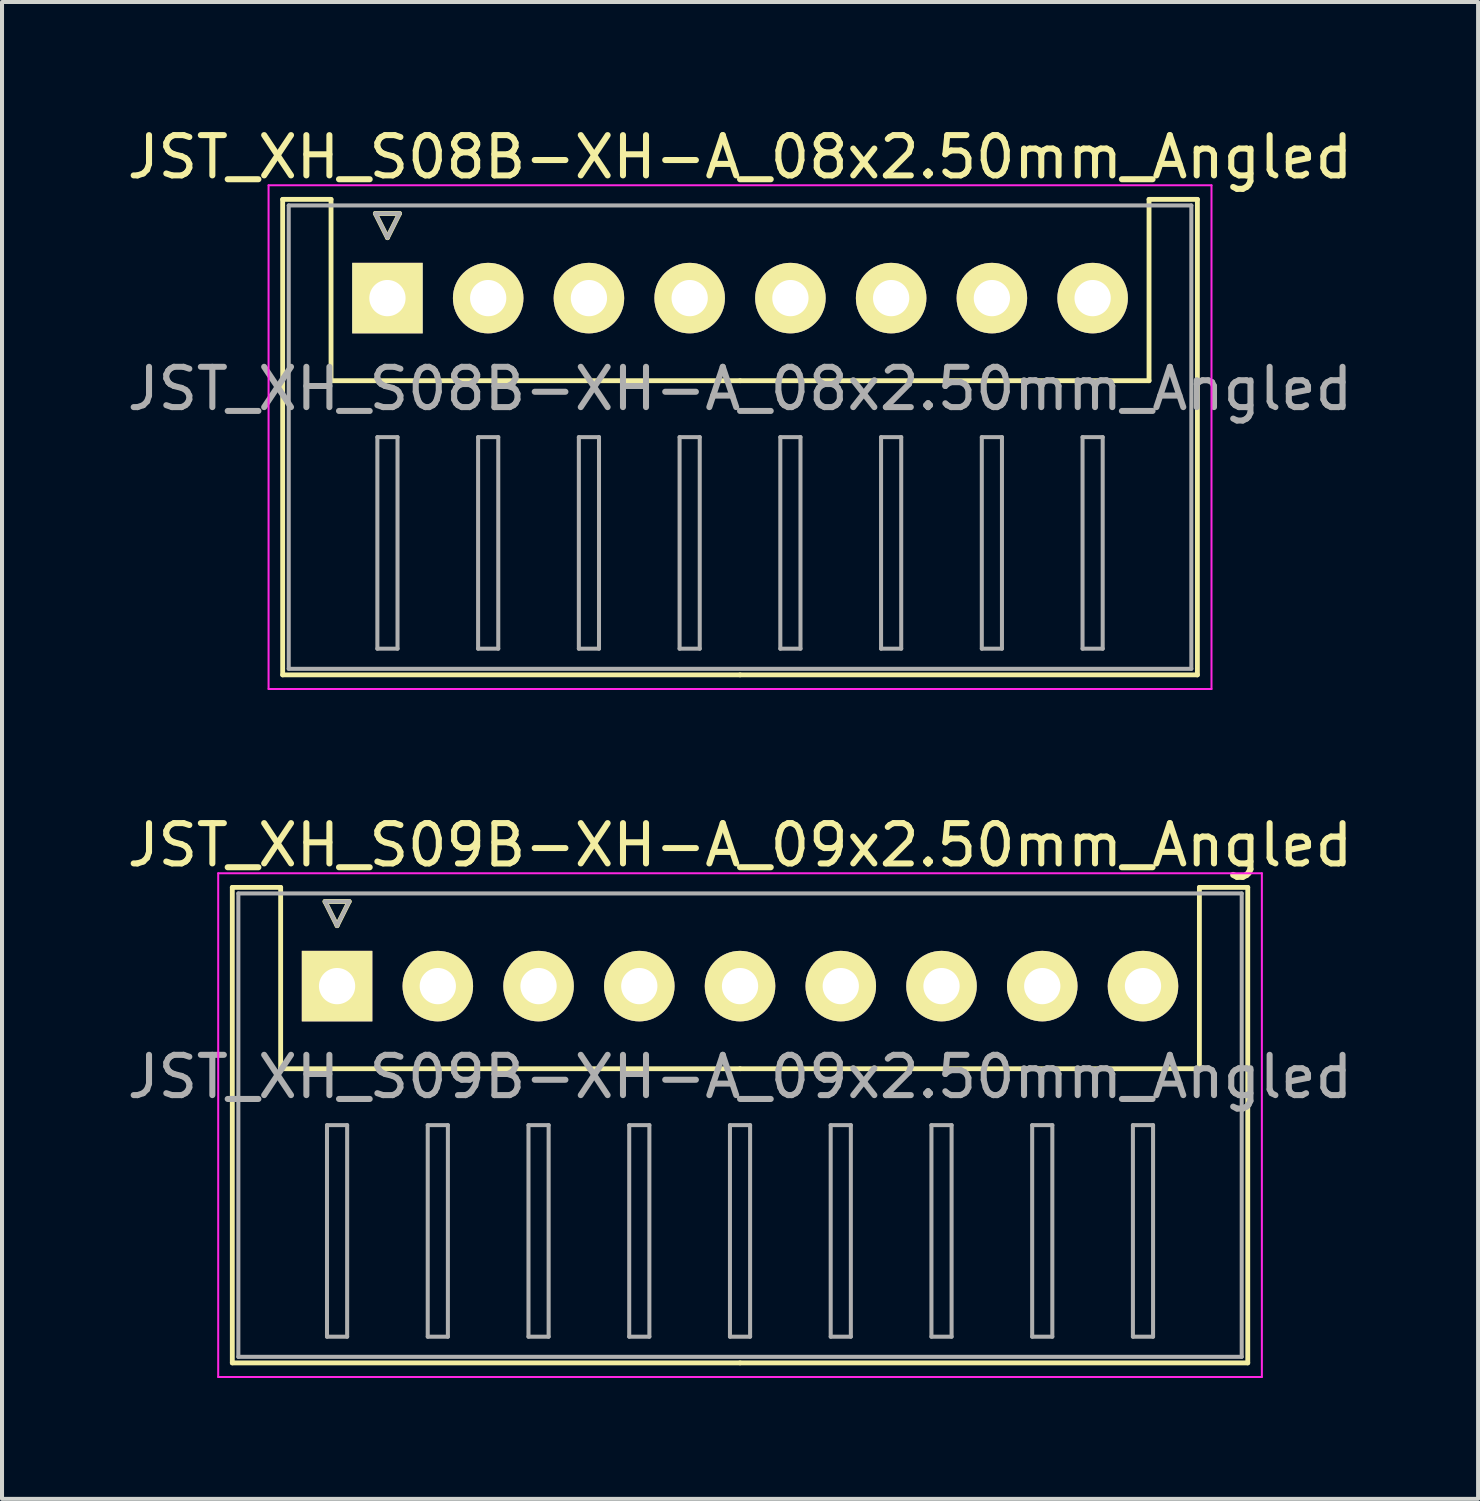
<source format=kicad_pcb>
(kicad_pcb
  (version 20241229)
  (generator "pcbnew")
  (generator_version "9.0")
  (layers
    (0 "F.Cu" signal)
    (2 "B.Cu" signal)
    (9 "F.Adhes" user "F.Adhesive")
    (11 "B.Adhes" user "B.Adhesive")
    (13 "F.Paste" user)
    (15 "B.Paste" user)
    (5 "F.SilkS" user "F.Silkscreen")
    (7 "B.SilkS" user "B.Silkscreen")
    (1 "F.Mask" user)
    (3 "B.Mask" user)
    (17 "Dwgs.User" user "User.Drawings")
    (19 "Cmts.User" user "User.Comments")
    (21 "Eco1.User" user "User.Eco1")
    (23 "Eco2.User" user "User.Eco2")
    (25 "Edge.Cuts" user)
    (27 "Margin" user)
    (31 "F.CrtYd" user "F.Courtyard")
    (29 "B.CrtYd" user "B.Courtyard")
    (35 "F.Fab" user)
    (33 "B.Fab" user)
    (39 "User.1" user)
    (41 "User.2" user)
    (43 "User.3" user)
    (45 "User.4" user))
  (footprint "JST_XH_S09B-XH-A_09x2.50mm_Angled"
    (layer "F.Cu")
    (at 5.315 21.422)
    (property "Reference" "JST_XH_S09B-XH-A_09x2.50mm_Angled" (at 10 -3.5 0) (layer "F.SilkS") (effects (font (size 1 1) (thickness 0.15))))
    (attr through_hole)
    (fp_line (start -2.6 -2.45) (end -1.4 -2.45) (stroke (width 0.12) (type solid)) (layer "F.SilkS"))
    (fp_line (start -2.6 9.35) (end -2.6 -2.45) (stroke (width 0.12) (type solid)) (layer "F.SilkS"))
    (fp_line (start -1.4 -2.45) (end -1.4 2.05) (stroke (width 0.12) (type solid)) (layer "F.SilkS"))
    (fp_line (start -1.4 2.05) (end 10 2.05) (stroke (width 0.12) (type solid)) (layer "F.SilkS"))
    (fp_line (start -0.3 -2.1) (end 0.3 -2.1) (stroke (width 0.12) (type solid)) (layer "F.SilkS"))
    (fp_line (start 0 -1.5) (end -0.3 -2.1) (stroke (width 0.12) (type solid)) (layer "F.SilkS"))
    (fp_line (start 0.3 -2.1) (end 0 -1.5) (stroke (width 0.12) (type solid)) (layer "F.SilkS"))
    (fp_line (start 10 9.35) (end -2.6 9.35) (stroke (width 0.12) (type solid)) (layer "F.SilkS"))
    (fp_line (start 10 9.35) (end 22.6 9.35) (stroke (width 0.12) (type solid)) (layer "F.SilkS"))
    (fp_line (start 21.4 -2.45) (end 21.4 2.05) (stroke (width 0.12) (type solid)) (layer "F.SilkS"))
    (fp_line (start 21.4 2.05) (end 10 2.05) (stroke (width 0.12) (type solid)) (layer "F.SilkS"))
    (fp_line (start 22.6 -2.45) (end 21.4 -2.45) (stroke (width 0.12) (type solid)) (layer "F.SilkS"))
    (fp_line (start 22.6 9.35) (end 22.6 -2.45) (stroke (width 0.12) (type solid)) (layer "F.SilkS"))
    (fp_line (start -2.95 -2.8) (end -2.95 9.7) (stroke (width 0.05) (type solid)) (layer "F.CrtYd"))
    (fp_line (start -2.95 9.7) (end 22.95 9.7) (stroke (width 0.05) (type solid)) (layer "F.CrtYd"))
    (fp_line (start 22.95 -2.8) (end -2.95 -2.8) (stroke (width 0.05) (type solid)) (layer "F.CrtYd"))
    (fp_line (start 22.95 9.7) (end 22.95 -2.8) (stroke (width 0.05) (type solid)) (layer "F.CrtYd"))
    (fp_line (start -2.45 -2.3) (end -2.45 9.2) (stroke (width 0.1) (type solid)) (layer "F.Fab"))
    (fp_line (start -2.45 9.2) (end 22.45 9.2) (stroke (width 0.1) (type solid)) (layer "F.Fab"))
    (fp_line (start -0.3 -2.1) (end 0.3 -2.1) (stroke (width 0.1) (type solid)) (layer "F.Fab"))
    (fp_line (start -0.25 3.45) (end -0.25 8.7) (stroke (width 0.1) (type solid)) (layer "F.Fab"))
    (fp_line (start -0.25 8.7) (end 0.25 8.7) (stroke (width 0.1) (type solid)) (layer "F.Fab"))
    (fp_line (start 0 -1.5) (end -0.3 -2.1) (stroke (width 0.1) (type solid)) (layer "F.Fab"))
    (fp_line (start 0.25 3.45) (end -0.25 3.45) (stroke (width 0.1) (type solid)) (layer "F.Fab"))
    (fp_line (start 0.25 8.7) (end 0.25 3.45) (stroke (width 0.1) (type solid)) (layer "F.Fab"))
    (fp_line (start 0.3 -2.1) (end 0 -1.5) (stroke (width 0.1) (type solid)) (layer "F.Fab"))
    (fp_line (start 2.25 3.45) (end 2.25 8.7) (stroke (width 0.1) (type solid)) (layer "F.Fab"))
    (fp_line (start 2.25 8.7) (end 2.75 8.7) (stroke (width 0.1) (type solid)) (layer "F.Fab"))
    (fp_line (start 2.75 3.45) (end 2.25 3.45) (stroke (width 0.1) (type solid)) (layer "F.Fab"))
    (fp_line (start 2.75 8.7) (end 2.75 3.45) (stroke (width 0.1) (type solid)) (layer "F.Fab"))
    (fp_line (start 4.75 3.45) (end 4.75 8.7) (stroke (width 0.1) (type solid)) (layer "F.Fab"))
    (fp_line (start 4.75 8.7) (end 5.25 8.7) (stroke (width 0.1) (type solid)) (layer "F.Fab"))
    (fp_line (start 5.25 3.45) (end 4.75 3.45) (stroke (width 0.1) (type solid)) (layer "F.Fab"))
    (fp_line (start 5.25 8.7) (end 5.25 3.45) (stroke (width 0.1) (type solid)) (layer "F.Fab"))
    (fp_line (start 7.25 3.45) (end 7.25 8.7) (stroke (width 0.1) (type solid)) (layer "F.Fab"))
    (fp_line (start 7.25 8.7) (end 7.75 8.7) (stroke (width 0.1) (type solid)) (layer "F.Fab"))
    (fp_line (start 7.75 3.45) (end 7.25 3.45) (stroke (width 0.1) (type solid)) (layer "F.Fab"))
    (fp_line (start 7.75 8.7) (end 7.75 3.45) (stroke (width 0.1) (type solid)) (layer "F.Fab"))
    (fp_line (start 9.75 3.45) (end 9.75 8.7) (stroke (width 0.1) (type solid)) (layer "F.Fab"))
    (fp_line (start 9.75 8.7) (end 10.25 8.7) (stroke (width 0.1) (type solid)) (layer "F.Fab"))
    (fp_line (start 10.25 3.45) (end 9.75 3.45) (stroke (width 0.1) (type solid)) (layer "F.Fab"))
    (fp_line (start 10.25 8.7) (end 10.25 3.45) (stroke (width 0.1) (type solid)) (layer "F.Fab"))
    (fp_line (start 12.25 3.45) (end 12.25 8.7) (stroke (width 0.1) (type solid)) (layer "F.Fab"))
    (fp_line (start 12.25 8.7) (end 12.75 8.7) (stroke (width 0.1) (type solid)) (layer "F.Fab"))
    (fp_line (start 12.75 3.45) (end 12.25 3.45) (stroke (width 0.1) (type solid)) (layer "F.Fab"))
    (fp_line (start 12.75 8.7) (end 12.75 3.45) (stroke (width 0.1) (type solid)) (layer "F.Fab"))
    (fp_line (start 14.75 3.45) (end 14.75 8.7) (stroke (width 0.1) (type solid)) (layer "F.Fab"))
    (fp_line (start 14.75 8.7) (end 15.25 8.7) (stroke (width 0.1) (type solid)) (layer "F.Fab"))
    (fp_line (start 15.25 3.45) (end 14.75 3.45) (stroke (width 0.1) (type solid)) (layer "F.Fab"))
    (fp_line (start 15.25 8.7) (end 15.25 3.45) (stroke (width 0.1) (type solid)) (layer "F.Fab"))
    (fp_line (start 17.25 3.45) (end 17.25 8.7) (stroke (width 0.1) (type solid)) (layer "F.Fab"))
    (fp_line (start 17.25 8.7) (end 17.75 8.7) (stroke (width 0.1) (type solid)) (layer "F.Fab"))
    (fp_line (start 17.75 3.45) (end 17.25 3.45) (stroke (width 0.1) (type solid)) (layer "F.Fab"))
    (fp_line (start 17.75 8.7) (end 17.75 3.45) (stroke (width 0.1) (type solid)) (layer "F.Fab"))
    (fp_line (start 19.75 3.45) (end 19.75 8.7) (stroke (width 0.1) (type solid)) (layer "F.Fab"))
    (fp_line (start 19.75 8.7) (end 20.25 8.7) (stroke (width 0.1) (type solid)) (layer "F.Fab"))
    (fp_line (start 20.25 3.45) (end 19.75 3.45) (stroke (width 0.1) (type solid)) (layer "F.Fab"))
    (fp_line (start 20.25 8.7) (end 20.25 3.45) (stroke (width 0.1) (type solid)) (layer "F.Fab"))
    (fp_line (start 22.45 -2.3) (end -2.45 -2.3) (stroke (width 0.1) (type solid)) (layer "F.Fab"))
    (fp_line (start 22.45 9.2) (end 22.45 -2.3) (stroke (width 0.1) (type solid)) (layer "F.Fab"))
    (fp_text user "${REFERENCE}" (at 10 2.25 0) (layer "F.Fab") (effects (font (size 1 1) (thickness 0.15))))
    (pad "1" thru_hole rect (at 0 0) (size 1.75 1.75) (drill 0.9) (layers "*.Cu" "*.Mask" "F.SilkS"))
    (pad "2" thru_hole circle (at 2.5 0) (size 1.75 1.75) (drill 0.9) (layers "*.Cu" "*.Mask" "F.SilkS"))
    (pad "3" thru_hole circle (at 5 0) (size 1.75 1.75) (drill 0.9) (layers "*.Cu" "*.Mask" "F.SilkS"))
    (pad "4" thru_hole circle (at 7.5 0) (size 1.75 1.75) (drill 0.9) (layers "*.Cu" "*.Mask" "F.SilkS"))
    (pad "5" thru_hole circle (at 10 0) (size 1.75 1.75) (drill 0.9) (layers "*.Cu" "*.Mask" "F.SilkS"))
    (pad "6" thru_hole circle (at 12.5 0) (size 1.75 1.75) (drill 0.9) (layers "*.Cu" "*.Mask" "F.SilkS"))
    (pad "7" thru_hole circle (at 15 0) (size 1.75 1.75) (drill 0.9) (layers "*.Cu" "*.Mask" "F.SilkS"))
    (pad "8" thru_hole circle (at 17.5 0) (size 1.75 1.75) (drill 0.9) (layers "*.Cu" "*.Mask" "F.SilkS"))
    (pad "9" thru_hole circle (at 20 0) (size 1.75 1.75) (drill 0.9) (layers "*.Cu" "*.Mask" "F.SilkS")))
  (footprint "JST_XH_S08B-XH-A_08x2.50mm_Angled"
    (layer "F.Cu")
    (at 6.565 4.348)
    (property "Reference" "JST_XH_S08B-XH-A_08x2.50mm_Angled" (at 8.75 -3.5 0) (layer "F.SilkS") (effects (font (size 1 1) (thickness 0.15))))
    (attr through_hole)
    (fp_line (start -2.6 -2.45) (end -1.4 -2.45) (stroke (width 0.12) (type solid)) (layer "F.SilkS"))
    (fp_line (start -2.6 9.35) (end -2.6 -2.45) (stroke (width 0.12) (type solid)) (layer "F.SilkS"))
    (fp_line (start -1.4 -2.45) (end -1.4 2.05) (stroke (width 0.12) (type solid)) (layer "F.SilkS"))
    (fp_line (start -1.4 2.05) (end 8.75 2.05) (stroke (width 0.12) (type solid)) (layer "F.SilkS"))
    (fp_line (start -0.3 -2.1) (end 0.3 -2.1) (stroke (width 0.12) (type solid)) (layer "F.SilkS"))
    (fp_line (start 0 -1.5) (end -0.3 -2.1) (stroke (width 0.12) (type solid)) (layer "F.SilkS"))
    (fp_line (start 0.3 -2.1) (end 0 -1.5) (stroke (width 0.12) (type solid)) (layer "F.SilkS"))
    (fp_line (start 8.75 9.35) (end -2.6 9.35) (stroke (width 0.12) (type solid)) (layer "F.SilkS"))
    (fp_line (start 8.75 9.35) (end 20.1 9.35) (stroke (width 0.12) (type solid)) (layer "F.SilkS"))
    (fp_line (start 18.9 -2.45) (end 18.9 2.05) (stroke (width 0.12) (type solid)) (layer "F.SilkS"))
    (fp_line (start 18.9 2.05) (end 8.75 2.05) (stroke (width 0.12) (type solid)) (layer "F.SilkS"))
    (fp_line (start 20.1 -2.45) (end 18.9 -2.45) (stroke (width 0.12) (type solid)) (layer "F.SilkS"))
    (fp_line (start 20.1 9.35) (end 20.1 -2.45) (stroke (width 0.12) (type solid)) (layer "F.SilkS"))
    (fp_line (start -2.95 -2.8) (end -2.95 9.7) (stroke (width 0.05) (type solid)) (layer "F.CrtYd"))
    (fp_line (start -2.95 9.7) (end 20.45 9.7) (stroke (width 0.05) (type solid)) (layer "F.CrtYd"))
    (fp_line (start 20.45 -2.8) (end -2.95 -2.8) (stroke (width 0.05) (type solid)) (layer "F.CrtYd"))
    (fp_line (start 20.45 9.7) (end 20.45 -2.8) (stroke (width 0.05) (type solid)) (layer "F.CrtYd"))
    (fp_line (start -2.45 -2.3) (end -2.45 9.2) (stroke (width 0.1) (type solid)) (layer "F.Fab"))
    (fp_line (start -2.45 9.2) (end 19.95 9.2) (stroke (width 0.1) (type solid)) (layer "F.Fab"))
    (fp_line (start -0.3 -2.1) (end 0.3 -2.1) (stroke (width 0.1) (type solid)) (layer "F.Fab"))
    (fp_line (start -0.25 3.45) (end -0.25 8.7) (stroke (width 0.1) (type solid)) (layer "F.Fab"))
    (fp_line (start -0.25 8.7) (end 0.25 8.7) (stroke (width 0.1) (type solid)) (layer "F.Fab"))
    (fp_line (start 0 -1.5) (end -0.3 -2.1) (stroke (width 0.1) (type solid)) (layer "F.Fab"))
    (fp_line (start 0.25 3.45) (end -0.25 3.45) (stroke (width 0.1) (type solid)) (layer "F.Fab"))
    (fp_line (start 0.25 8.7) (end 0.25 3.45) (stroke (width 0.1) (type solid)) (layer "F.Fab"))
    (fp_line (start 0.3 -2.1) (end 0 -1.5) (stroke (width 0.1) (type solid)) (layer "F.Fab"))
    (fp_line (start 2.25 3.45) (end 2.25 8.7) (stroke (width 0.1) (type solid)) (layer "F.Fab"))
    (fp_line (start 2.25 8.7) (end 2.75 8.7) (stroke (width 0.1) (type solid)) (layer "F.Fab"))
    (fp_line (start 2.75 3.45) (end 2.25 3.45) (stroke (width 0.1) (type solid)) (layer "F.Fab"))
    (fp_line (start 2.75 8.7) (end 2.75 3.45) (stroke (width 0.1) (type solid)) (layer "F.Fab"))
    (fp_line (start 4.75 3.45) (end 4.75 8.7) (stroke (width 0.1) (type solid)) (layer "F.Fab"))
    (fp_line (start 4.75 8.7) (end 5.25 8.7) (stroke (width 0.1) (type solid)) (layer "F.Fab"))
    (fp_line (start 5.25 3.45) (end 4.75 3.45) (stroke (width 0.1) (type solid)) (layer "F.Fab"))
    (fp_line (start 5.25 8.7) (end 5.25 3.45) (stroke (width 0.1) (type solid)) (layer "F.Fab"))
    (fp_line (start 7.25 3.45) (end 7.25 8.7) (stroke (width 0.1) (type solid)) (layer "F.Fab"))
    (fp_line (start 7.25 8.7) (end 7.75 8.7) (stroke (width 0.1) (type solid)) (layer "F.Fab"))
    (fp_line (start 7.75 3.45) (end 7.25 3.45) (stroke (width 0.1) (type solid)) (layer "F.Fab"))
    (fp_line (start 7.75 8.7) (end 7.75 3.45) (stroke (width 0.1) (type solid)) (layer "F.Fab"))
    (fp_line (start 9.75 3.45) (end 9.75 8.7) (stroke (width 0.1) (type solid)) (layer "F.Fab"))
    (fp_line (start 9.75 8.7) (end 10.25 8.7) (stroke (width 0.1) (type solid)) (layer "F.Fab"))
    (fp_line (start 10.25 3.45) (end 9.75 3.45) (stroke (width 0.1) (type solid)) (layer "F.Fab"))
    (fp_line (start 10.25 8.7) (end 10.25 3.45) (stroke (width 0.1) (type solid)) (layer "F.Fab"))
    (fp_line (start 12.25 3.45) (end 12.25 8.7) (stroke (width 0.1) (type solid)) (layer "F.Fab"))
    (fp_line (start 12.25 8.7) (end 12.75 8.7) (stroke (width 0.1) (type solid)) (layer "F.Fab"))
    (fp_line (start 12.75 3.45) (end 12.25 3.45) (stroke (width 0.1) (type solid)) (layer "F.Fab"))
    (fp_line (start 12.75 8.7) (end 12.75 3.45) (stroke (width 0.1) (type solid)) (layer "F.Fab"))
    (fp_line (start 14.75 3.45) (end 14.75 8.7) (stroke (width 0.1) (type solid)) (layer "F.Fab"))
    (fp_line (start 14.75 8.7) (end 15.25 8.7) (stroke (width 0.1) (type solid)) (layer "F.Fab"))
    (fp_line (start 15.25 3.45) (end 14.75 3.45) (stroke (width 0.1) (type solid)) (layer "F.Fab"))
    (fp_line (start 15.25 8.7) (end 15.25 3.45) (stroke (width 0.1) (type solid)) (layer "F.Fab"))
    (fp_line (start 17.25 3.45) (end 17.25 8.7) (stroke (width 0.1) (type solid)) (layer "F.Fab"))
    (fp_line (start 17.25 8.7) (end 17.75 8.7) (stroke (width 0.1) (type solid)) (layer "F.Fab"))
    (fp_line (start 17.75 3.45) (end 17.25 3.45) (stroke (width 0.1) (type solid)) (layer "F.Fab"))
    (fp_line (start 17.75 8.7) (end 17.75 3.45) (stroke (width 0.1) (type solid)) (layer "F.Fab"))
    (fp_line (start 19.95 -2.3) (end -2.45 -2.3) (stroke (width 0.1) (type solid)) (layer "F.Fab"))
    (fp_line (start 19.95 9.2) (end 19.95 -2.3) (stroke (width 0.1) (type solid)) (layer "F.Fab"))
    (fp_text user "${REFERENCE}" (at 8.75 2.25 0) (layer "F.Fab") (effects (font (size 1 1) (thickness 0.15))))
    (pad "1" thru_hole rect (at 0 0) (size 1.75 1.75) (drill 0.9) (layers "*.Cu" "*.Mask" "F.SilkS"))
    (pad "2" thru_hole circle (at 2.5 0) (size 1.75 1.75) (drill 0.9) (layers "*.Cu" "*.Mask" "F.SilkS"))
    (pad "3" thru_hole circle (at 5 0) (size 1.75 1.75) (drill 0.9) (layers "*.Cu" "*.Mask" "F.SilkS"))
    (pad "4" thru_hole circle (at 7.5 0) (size 1.75 1.75) (drill 0.9) (layers "*.Cu" "*.Mask" "F.SilkS"))
    (pad "5" thru_hole circle (at 10 0) (size 1.75 1.75) (drill 0.9) (layers "*.Cu" "*.Mask" "F.SilkS"))
    (pad "6" thru_hole circle (at 12.5 0) (size 1.75 1.75) (drill 0.9) (layers "*.Cu" "*.Mask" "F.SilkS"))
    (pad "7" thru_hole circle (at 15 0) (size 1.75 1.75) (drill 0.9) (layers "*.Cu" "*.Mask" "F.SilkS"))
    (pad "8" thru_hole circle (at 17.5 0) (size 1.75 1.75) (drill 0.9) (layers "*.Cu" "*.Mask" "F.SilkS")))
  (gr_rect
    (start -3 -3)
    (end 33.631 34.147)
    (stroke (width 0.1) (type default))
    (fill no)
    (layer "Edge.Cuts")))
</source>
